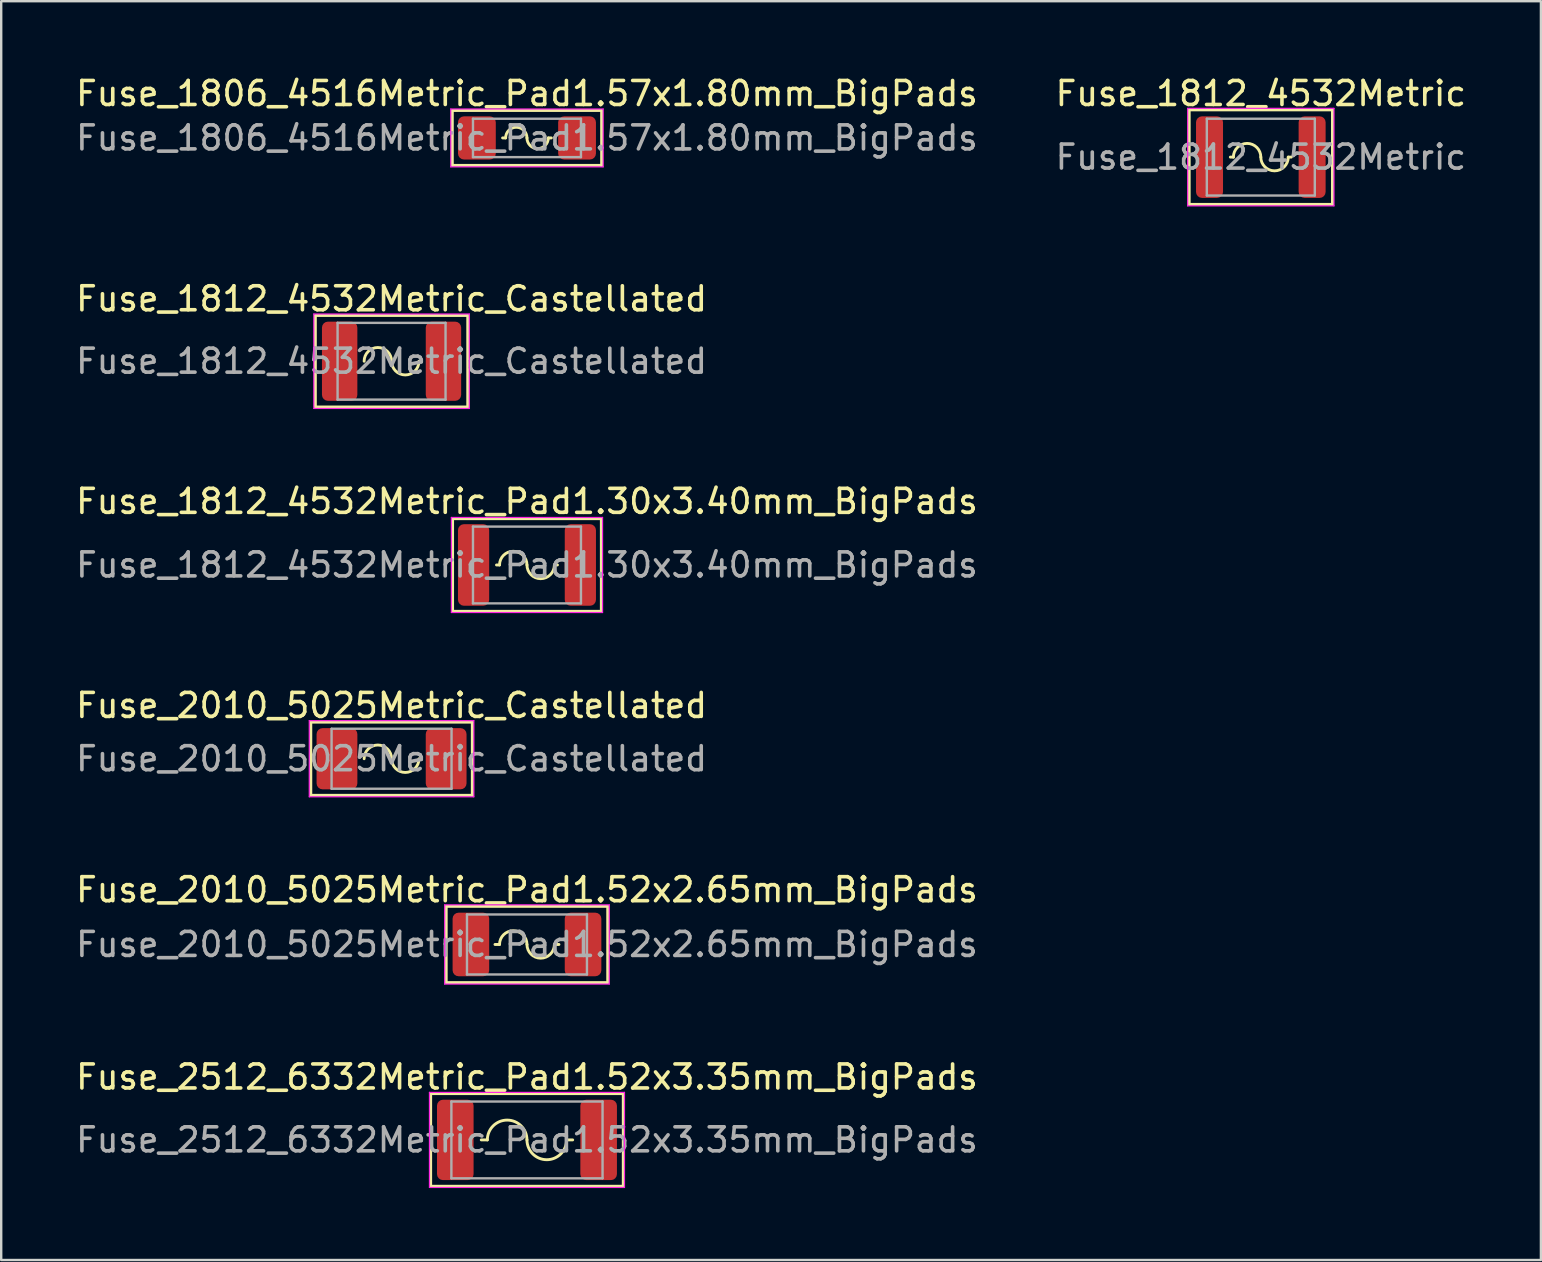
<source format=kicad_pcb>
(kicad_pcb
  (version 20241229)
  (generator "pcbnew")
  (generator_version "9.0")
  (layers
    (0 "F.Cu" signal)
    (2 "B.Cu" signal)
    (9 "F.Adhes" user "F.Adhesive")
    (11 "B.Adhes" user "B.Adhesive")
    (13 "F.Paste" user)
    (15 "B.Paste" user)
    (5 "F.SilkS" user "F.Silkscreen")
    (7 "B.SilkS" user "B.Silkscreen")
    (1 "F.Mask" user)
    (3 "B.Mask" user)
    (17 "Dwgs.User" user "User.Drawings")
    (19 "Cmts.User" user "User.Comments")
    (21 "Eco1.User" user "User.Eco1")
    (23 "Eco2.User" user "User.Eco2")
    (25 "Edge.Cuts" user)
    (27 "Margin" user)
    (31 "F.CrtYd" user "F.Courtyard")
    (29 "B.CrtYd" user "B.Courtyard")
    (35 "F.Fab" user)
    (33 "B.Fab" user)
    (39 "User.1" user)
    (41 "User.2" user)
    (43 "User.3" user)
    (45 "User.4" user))
  (footprint "Fuse_1806_4516Metric_Pad1.57x1.80mm_BigPads"
    (layer "F.Cu")
    (at 18.911 2.698)
    (property "Reference" "Fuse_1806_4516Metric_Pad1.57x1.80mm_BigPads" (at 0 -1.85 0) (layer "F.SilkS") (effects (font (size 1 1) (thickness 0.15))))
    (attr smd)
    (fp_line (start -3.111 -1.143) (end 3.111 -1.143) (stroke (width 0.12) (type solid)) (layer "F.SilkS"))
    (fp_line (start -3.111 1.143) (end -3.111 -1.143) (stroke (width 0.12) (type solid)) (layer "F.SilkS"))
    (fp_line (start -0.889 0) (end -1.016 0) (stroke (width 0.12) (type solid)) (layer "F.SilkS"))
    (fp_line (start 0.889 0) (end 1.016 0) (stroke (width 0.12) (type solid)) (layer "F.SilkS"))
    (fp_line (start 3.111 -1.143) (end 3.111 1.143) (stroke (width 0.12) (type solid)) (layer "F.SilkS"))
    (fp_line (start 3.111 1.143) (end -3.111 1.143) (stroke (width 0.12) (type solid)) (layer "F.SilkS"))
    (fp_arc (start -0.889 0) (mid -0.4445 -0.4445) (end 0 0) (stroke (width 0.12) (type solid)) (layer "F.SilkS"))
    (fp_arc (start 0.889 0) (mid 0.4445 0.4445) (end 0 0) (stroke (width 0.12) (type solid)) (layer "F.SilkS"))
    (fp_line (start -3.175 -1.206) (end 3.175 -1.206) (stroke (width 0.05) (type solid)) (layer "F.CrtYd"))
    (fp_line (start -3.175 1.206) (end -3.175 -1.206) (stroke (width 0.05) (type solid)) (layer "F.CrtYd"))
    (fp_line (start 3.175 -1.206) (end 3.175 1.206) (stroke (width 0.05) (type solid)) (layer "F.CrtYd"))
    (fp_line (start 3.175 1.206) (end -3.175 1.206) (stroke (width 0.05) (type solid)) (layer "F.CrtYd"))
    (fp_line (start -2.25 -0.8) (end 2.25 -0.8) (stroke (width 0.1) (type solid)) (layer "F.Fab"))
    (fp_line (start -2.25 0.8) (end -2.25 -0.8) (stroke (width 0.1) (type solid)) (layer "F.Fab"))
    (fp_line (start 2.25 -0.8) (end 2.25 0.8) (stroke (width 0.1) (type solid)) (layer "F.Fab"))
    (fp_line (start 2.25 0.8) (end -2.25 0.8) (stroke (width 0.1) (type solid)) (layer "F.Fab"))
    (fp_text user "${REFERENCE}" (at 0 0 0) (layer "F.Fab") (effects (font (size 1 1) (thickness 0.15))))
    (pad "1" smd roundrect (at -2.087 0) (size 1.575 1.8) (layers "F.Cu" "F.Mask" "F.Paste") (roundrect_rratio 0.159))
    (pad "2" smd roundrect (at 2.087 0) (size 1.575 1.8) (layers "F.Cu" "F.Mask" "F.Paste") (roundrect_rratio 0.159)))
  (footprint "Fuse_1812_4532Metric_Castellated"
    (layer "F.Cu")
    (at 13.268 12.004)
    (property "Reference" "Fuse_1812_4532Metric_Castellated" (at 0 -2.6 0) (layer "F.SilkS") (effects (font (size 1 1) (thickness 0.15))))
    (attr smd)
    (fp_line (start -3.175 -1.905) (end 3.175 -1.905) (stroke (width 0.12) (type solid)) (layer "F.SilkS"))
    (fp_line (start -3.175 1.905) (end -3.175 -1.905) (stroke (width 0.12) (type solid)) (layer "F.SilkS"))
    (fp_line (start 3.175 -1.905) (end 3.175 1.905) (stroke (width 0.12) (type solid)) (layer "F.SilkS"))
    (fp_line (start 3.175 1.905) (end -3.175 1.905) (stroke (width 0.12) (type solid)) (layer "F.SilkS"))
    (fp_arc (start -1.143 0) (mid -0.5715 -0.5715) (end 0 0) (stroke (width 0.12) (type solid)) (layer "F.SilkS"))
    (fp_arc (start 1.143 0) (mid 0.5715 0.5715) (end 0 0) (stroke (width 0.12) (type solid)) (layer "F.SilkS"))
    (fp_line (start -3.239 -1.968) (end 3.239 -1.968) (stroke (width 0.05) (type solid)) (layer "F.CrtYd"))
    (fp_line (start -3.239 1.968) (end -3.239 -1.968) (stroke (width 0.05) (type solid)) (layer "F.CrtYd"))
    (fp_line (start 3.239 -1.968) (end 3.239 1.968) (stroke (width 0.05) (type solid)) (layer "F.CrtYd"))
    (fp_line (start 3.239 1.968) (end -3.239 1.968) (stroke (width 0.05) (type solid)) (layer "F.CrtYd"))
    (fp_line (start -2.25 -1.6) (end 2.25 -1.6) (stroke (width 0.1) (type solid)) (layer "F.Fab"))
    (fp_line (start -2.25 1.6) (end -2.25 -1.6) (stroke (width 0.1) (type solid)) (layer "F.Fab"))
    (fp_line (start 2.25 -1.6) (end 2.25 1.6) (stroke (width 0.1) (type solid)) (layer "F.Fab"))
    (fp_line (start 2.25 1.6) (end -2.25 1.6) (stroke (width 0.1) (type solid)) (layer "F.Fab"))
    (fp_text user "${REFERENCE}" (at 0 0 0) (layer "F.Fab") (effects (font (size 1 1) (thickness 0.15))))
    (pad "1" smd roundrect (at -2.163 0) (size 1.475 3.3) (layers "F.Cu" "F.Mask" "F.Paste") (roundrect_rratio 0.169))
    (pad "2" smd roundrect (at 2.163 0) (size 1.475 3.3) (layers "F.Cu" "F.Mask" "F.Paste") (roundrect_rratio 0.169)))
  (footprint "Fuse_2010_5025Metric_Pad1.52x2.65mm_BigPads"
    (layer "F.Cu")
    (at 18.911 36.31)
    (property "Reference" "Fuse_2010_5025Metric_Pad1.52x2.65mm_BigPads" (at 0 -2.28 0) (layer "F.SilkS") (effects (font (size 1 1) (thickness 0.15))))
    (attr smd)
    (fp_line (start -3.365 -1.587) (end 3.365 -1.587) (stroke (width 0.12) (type solid)) (layer "F.SilkS"))
    (fp_line (start -3.365 1.587) (end -3.365 -1.587) (stroke (width 0.12) (type solid)) (layer "F.SilkS"))
    (fp_line (start -1.143 0) (end -1.333 0) (stroke (width 0.12) (type solid)) (layer "F.SilkS"))
    (fp_line (start 1.143 0) (end 1.333 0) (stroke (width 0.12) (type solid)) (layer "F.SilkS"))
    (fp_line (start 3.365 -1.587) (end 3.365 1.587) (stroke (width 0.12) (type solid)) (layer "F.SilkS"))
    (fp_line (start 3.365 1.587) (end -3.365 1.587) (stroke (width 0.12) (type solid)) (layer "F.SilkS"))
    (fp_arc (start -1.143 0) (mid -0.5715 -0.5715) (end 0 0) (stroke (width 0.12) (type solid)) (layer "F.SilkS"))
    (fp_arc (start 1.143 0) (mid 0.5715 0.5715) (end 0 0) (stroke (width 0.12) (type solid)) (layer "F.SilkS"))
    (fp_line (start -3.429 -1.651) (end 3.429 -1.651) (stroke (width 0.05) (type solid)) (layer "F.CrtYd"))
    (fp_line (start -3.429 1.651) (end -3.429 -1.651) (stroke (width 0.05) (type solid)) (layer "F.CrtYd"))
    (fp_line (start 3.429 -1.651) (end 3.429 1.651) (stroke (width 0.05) (type solid)) (layer "F.CrtYd"))
    (fp_line (start 3.429 1.651) (end -3.429 1.651) (stroke (width 0.05) (type solid)) (layer "F.CrtYd"))
    (fp_line (start -2.5 -1.25) (end 2.5 -1.25) (stroke (width 0.1) (type solid)) (layer "F.Fab"))
    (fp_line (start -2.5 1.25) (end -2.5 -1.25) (stroke (width 0.1) (type solid)) (layer "F.Fab"))
    (fp_line (start 2.5 -1.25) (end 2.5 1.25) (stroke (width 0.1) (type solid)) (layer "F.Fab"))
    (fp_line (start 2.5 1.25) (end -2.5 1.25) (stroke (width 0.1) (type solid)) (layer "F.Fab"))
    (fp_text user "${REFERENCE}" (at 0 0 0) (layer "F.Fab") (effects (font (size 1 1) (thickness 0.15))))
    (pad "1" smd roundrect (at -2.337 0) (size 1.525 2.65) (layers "F.Cu" "F.Mask" "F.Paste") (roundrect_rratio 0.164))
    (pad "2" smd roundrect (at 2.337 0) (size 1.525 2.65) (layers "F.Cu" "F.Mask" "F.Paste") (roundrect_rratio 0.164)))
  (footprint "Fuse_2512_6332Metric_Pad1.52x3.35mm_BigPads"
    (layer "F.Cu")
    (at 18.911 44.455)
    (property "Reference" "Fuse_2512_6332Metric_Pad1.52x3.35mm_BigPads" (at 0 -2.62 0) (layer "F.SilkS") (effects (font (size 1 1) (thickness 0.15))))
    (attr smd)
    (fp_line (start -4.013 -1.93) (end 4.013 -1.93) (stroke (width 0.12) (type solid)) (layer "F.SilkS"))
    (fp_line (start -4.013 1.93) (end -4.013 -1.93) (stroke (width 0.12) (type solid)) (layer "F.SilkS"))
    (fp_line (start -1.651 0) (end -1.905 0) (stroke (width 0.12) (type solid)) (layer "F.SilkS"))
    (fp_line (start 1.905 0) (end 1.651 0) (stroke (width 0.12) (type solid)) (layer "F.SilkS"))
    (fp_line (start 4.013 -1.93) (end 4.013 1.93) (stroke (width 0.12) (type solid)) (layer "F.SilkS"))
    (fp_line (start 4.013 1.93) (end -4.013 1.93) (stroke (width 0.12) (type solid)) (layer "F.SilkS"))
    (fp_arc (start -1.651 0) (mid -0.8255 -0.8255) (end 0 0) (stroke (width 0.12) (type solid)) (layer "F.SilkS"))
    (fp_arc (start 1.651 0) (mid 0.8255 0.8255) (end 0 0) (stroke (width 0.12) (type solid)) (layer "F.SilkS"))
    (fp_line (start -4.064 -1.981) (end 4.064 -1.981) (stroke (width 0.05) (type solid)) (layer "F.CrtYd"))
    (fp_line (start -4.064 1.981) (end -4.064 -1.981) (stroke (width 0.05) (type solid)) (layer "F.CrtYd"))
    (fp_line (start 4.064 -1.981) (end 4.064 1.981) (stroke (width 0.05) (type solid)) (layer "F.CrtYd"))
    (fp_line (start 4.064 1.981) (end -4.064 1.981) (stroke (width 0.05) (type solid)) (layer "F.CrtYd"))
    (fp_line (start -3.15 -1.6) (end 3.15 -1.6) (stroke (width 0.1) (type solid)) (layer "F.Fab"))
    (fp_line (start -3.15 1.6) (end -3.15 -1.6) (stroke (width 0.1) (type solid)) (layer "F.Fab"))
    (fp_line (start 3.15 -1.6) (end 3.15 1.6) (stroke (width 0.1) (type solid)) (layer "F.Fab"))
    (fp_line (start 3.15 1.6) (end -3.15 1.6) (stroke (width 0.1) (type solid)) (layer "F.Fab"))
    (fp_text user "${REFERENCE}" (at 0 0 0) (layer "F.Fab") (effects (font (size 1 1) (thickness 0.15))))
    (pad "1" smd roundrect (at -2.987 0) (size 1.525 3.35) (layers "F.Cu" "F.Mask" "F.Paste") (roundrect_rratio 0.164))
    (pad "2" smd roundrect (at 2.987 0) (size 1.525 3.35) (layers "F.Cu" "F.Mask" "F.Paste") (roundrect_rratio 0.164)))
  (footprint "Fuse_1812_4532Metric_Pad1.30x3.40mm_BigPads"
    (layer "F.Cu")
    (at 18.911 20.495)
    (property "Reference" "Fuse_1812_4532Metric_Pad1.30x3.40mm_BigPads" (at 0 -2.65 0) (layer "F.SilkS") (effects (font (size 1 1) (thickness 0.15))))
    (attr smd)
    (fp_line (start -3.099 -1.93) (end 3.099 -1.93) (stroke (width 0.12) (type solid)) (layer "F.SilkS"))
    (fp_line (start -3.099 1.93) (end -3.099 -1.93) (stroke (width 0.12) (type solid)) (layer "F.SilkS"))
    (fp_line (start -1.143 0) (end -1.27 0) (stroke (width 0.12) (type solid)) (layer "F.SilkS"))
    (fp_line (start 1.143 0) (end 1.27 0) (stroke (width 0.12) (type solid)) (layer "F.SilkS"))
    (fp_line (start 3.099 -1.93) (end 3.099 1.93) (stroke (width 0.12) (type solid)) (layer "F.SilkS"))
    (fp_line (start 3.099 1.93) (end -3.099 1.93) (stroke (width 0.12) (type solid)) (layer "F.SilkS"))
    (fp_arc (start -1.143 0) (mid -0.5715 -0.5715) (end 0 0) (stroke (width 0.12) (type solid)) (layer "F.SilkS"))
    (fp_arc (start 1.143 0) (mid 0.5715 0.5715) (end 0 0) (stroke (width 0.12) (type solid)) (layer "F.SilkS"))
    (fp_line (start -3.15 -1.981) (end 3.15 -1.981) (stroke (width 0.05) (type solid)) (layer "F.CrtYd"))
    (fp_line (start -3.15 1.981) (end -3.15 -1.981) (stroke (width 0.05) (type solid)) (layer "F.CrtYd"))
    (fp_line (start 3.15 -1.981) (end 3.15 1.981) (stroke (width 0.05) (type solid)) (layer "F.CrtYd"))
    (fp_line (start 3.15 1.981) (end -3.15 1.981) (stroke (width 0.05) (type solid)) (layer "F.CrtYd"))
    (fp_line (start -2.25 -1.6) (end 2.25 -1.6) (stroke (width 0.1) (type solid)) (layer "F.Fab"))
    (fp_line (start -2.25 1.6) (end -2.25 -1.6) (stroke (width 0.1) (type solid)) (layer "F.Fab"))
    (fp_line (start 2.25 -1.6) (end 2.25 1.6) (stroke (width 0.1) (type solid)) (layer "F.Fab"))
    (fp_line (start 2.25 1.6) (end -2.25 1.6) (stroke (width 0.1) (type solid)) (layer "F.Fab"))
    (fp_text user "${REFERENCE}" (at 0 0 0) (layer "F.Fab") (effects (font (size 1 1) (thickness 0.15))))
    (pad "1" smd roundrect (at -2.225 0) (size 1.3 3.4) (layers "F.Cu" "F.Mask" "F.Paste") (roundrect_rratio 0.192))
    (pad "2" smd roundrect (at 2.225 0) (size 1.3 3.4) (layers "F.Cu" "F.Mask" "F.Paste") (roundrect_rratio 0.192)))
  (footprint "Fuse_2010_5025Metric_Castellated"
    (layer "F.Cu")
    (at 13.268 28.57)
    (property "Reference" "Fuse_2010_5025Metric_Castellated" (at 0 -2.22 0) (layer "F.SilkS") (effects (font (size 1 1) (thickness 0.15))))
    (attr smd)
    (fp_line (start -3.365 -1.524) (end 3.365 -1.524) (stroke (width 0.12) (type solid)) (layer "F.SilkS"))
    (fp_line (start -3.365 1.524) (end -3.365 -1.524) (stroke (width 0.12) (type solid)) (layer "F.SilkS"))
    (fp_line (start 3.365 -1.524) (end 3.365 1.524) (stroke (width 0.12) (type solid)) (layer "F.SilkS"))
    (fp_line (start 3.365 1.524) (end -3.365 1.524) (stroke (width 0.12) (type solid)) (layer "F.SilkS"))
    (fp_arc (start -1.143 0) (mid -0.5715 -0.5715) (end 0 0) (stroke (width 0.12) (type solid)) (layer "F.SilkS"))
    (fp_arc (start 1.143 0) (mid 0.5715 0.5715) (end 0 0) (stroke (width 0.12) (type solid)) (layer "F.SilkS"))
    (fp_line (start -3.429 -1.587) (end 3.429 -1.587) (stroke (width 0.05) (type solid)) (layer "F.CrtYd"))
    (fp_line (start -3.429 1.587) (end -3.429 -1.587) (stroke (width 0.05) (type solid)) (layer "F.CrtYd"))
    (fp_line (start 3.429 -1.587) (end 3.429 1.587) (stroke (width 0.05) (type solid)) (layer "F.CrtYd"))
    (fp_line (start 3.429 1.587) (end -3.429 1.587) (stroke (width 0.05) (type solid)) (layer "F.CrtYd"))
    (fp_line (start -2.5 -1.25) (end 2.5 -1.25) (stroke (width 0.1) (type solid)) (layer "F.Fab"))
    (fp_line (start -2.5 1.25) (end -2.5 -1.25) (stroke (width 0.1) (type solid)) (layer "F.Fab"))
    (fp_line (start 2.5 -1.25) (end 2.5 1.25) (stroke (width 0.1) (type solid)) (layer "F.Fab"))
    (fp_line (start 2.5 1.25) (end -2.5 1.25) (stroke (width 0.1) (type solid)) (layer "F.Fab"))
    (fp_text user "${REFERENCE}" (at 0 0 0) (layer "F.Fab") (effects (font (size 1 1) (thickness 0.15))))
    (pad "1" smd roundrect (at -2.275 0) (size 1.7 2.55) (layers "F.Cu" "F.Mask" "F.Paste") (roundrect_rratio 0.147))
    (pad "2" smd roundrect (at 2.275 0) (size 1.7 2.55) (layers "F.Cu" "F.Mask" "F.Paste") (roundrect_rratio 0.147)))
  (footprint "Fuse_1812_4532Metric"
    (layer "F.Cu")
    (at 49.494 3.498)
    (property "Reference" "Fuse_1812_4532Metric" (at 0 -2.65 0) (layer "F.SilkS") (effects (font (size 1 1) (thickness 0.15))))
    (attr smd)
    (fp_line (start -2.985 -1.968) (end 2.985 -1.968) (stroke (width 0.12) (type solid)) (layer "F.SilkS"))
    (fp_line (start -2.985 1.968) (end -2.985 -1.968) (stroke (width 0.12) (type solid)) (layer "F.SilkS"))
    (fp_line (start -1.143 0) (end -1.27 0) (stroke (width 0.12) (type solid)) (layer "F.SilkS"))
    (fp_line (start 1.143 0) (end 1.27 0) (stroke (width 0.12) (type solid)) (layer "F.SilkS"))
    (fp_line (start 2.985 -1.968) (end 2.985 1.968) (stroke (width 0.12) (type solid)) (layer "F.SilkS"))
    (fp_line (start 2.985 1.968) (end -2.985 1.968) (stroke (width 0.12) (type solid)) (layer "F.SilkS"))
    (fp_arc (start -1.143 0) (mid -0.5715 -0.5715) (end 0 0) (stroke (width 0.12) (type solid)) (layer "F.SilkS"))
    (fp_arc (start 1.143 0) (mid 0.5715 0.5715) (end 0 0) (stroke (width 0.12) (type solid)) (layer "F.SilkS"))
    (fp_line (start -3.048 -2.032) (end 3.048 -2.032) (stroke (width 0.05) (type solid)) (layer "F.CrtYd"))
    (fp_line (start -3.048 2.032) (end -3.048 -2.032) (stroke (width 0.05) (type solid)) (layer "F.CrtYd"))
    (fp_line (start 3.048 -2.032) (end 3.048 2.032) (stroke (width 0.05) (type solid)) (layer "F.CrtYd"))
    (fp_line (start 3.048 2.032) (end -3.048 2.032) (stroke (width 0.05) (type solid)) (layer "F.CrtYd"))
    (fp_line (start -2.25 -1.6) (end 2.25 -1.6) (stroke (width 0.1) (type solid)) (layer "F.Fab"))
    (fp_line (start -2.25 1.6) (end -2.25 -1.6) (stroke (width 0.1) (type solid)) (layer "F.Fab"))
    (fp_line (start 2.25 -1.6) (end 2.25 1.6) (stroke (width 0.1) (type solid)) (layer "F.Fab"))
    (fp_line (start 2.25 1.6) (end -2.25 1.6) (stroke (width 0.1) (type solid)) (layer "F.Fab"))
    (fp_text user "${REFERENCE}" (at 0 0 0) (layer "F.Fab") (effects (font (size 1 1) (thickness 0.15))))
    (pad "1" smd roundrect (at -2.138 0) (size 1.125 3.4) (layers "F.Cu" "F.Mask" "F.Paste") (roundrect_rratio 0.222))
    (pad "2" smd roundrect (at 2.138 0) (size 1.125 3.4) (layers "F.Cu" "F.Mask" "F.Paste") (roundrect_rratio 0.222)))
  (gr_rect
    (start -3 -3)
    (end 61.167 49.461)
    (stroke (width 0.1) (type default))
    (fill no)
    (layer "Edge.Cuts")))
</source>
